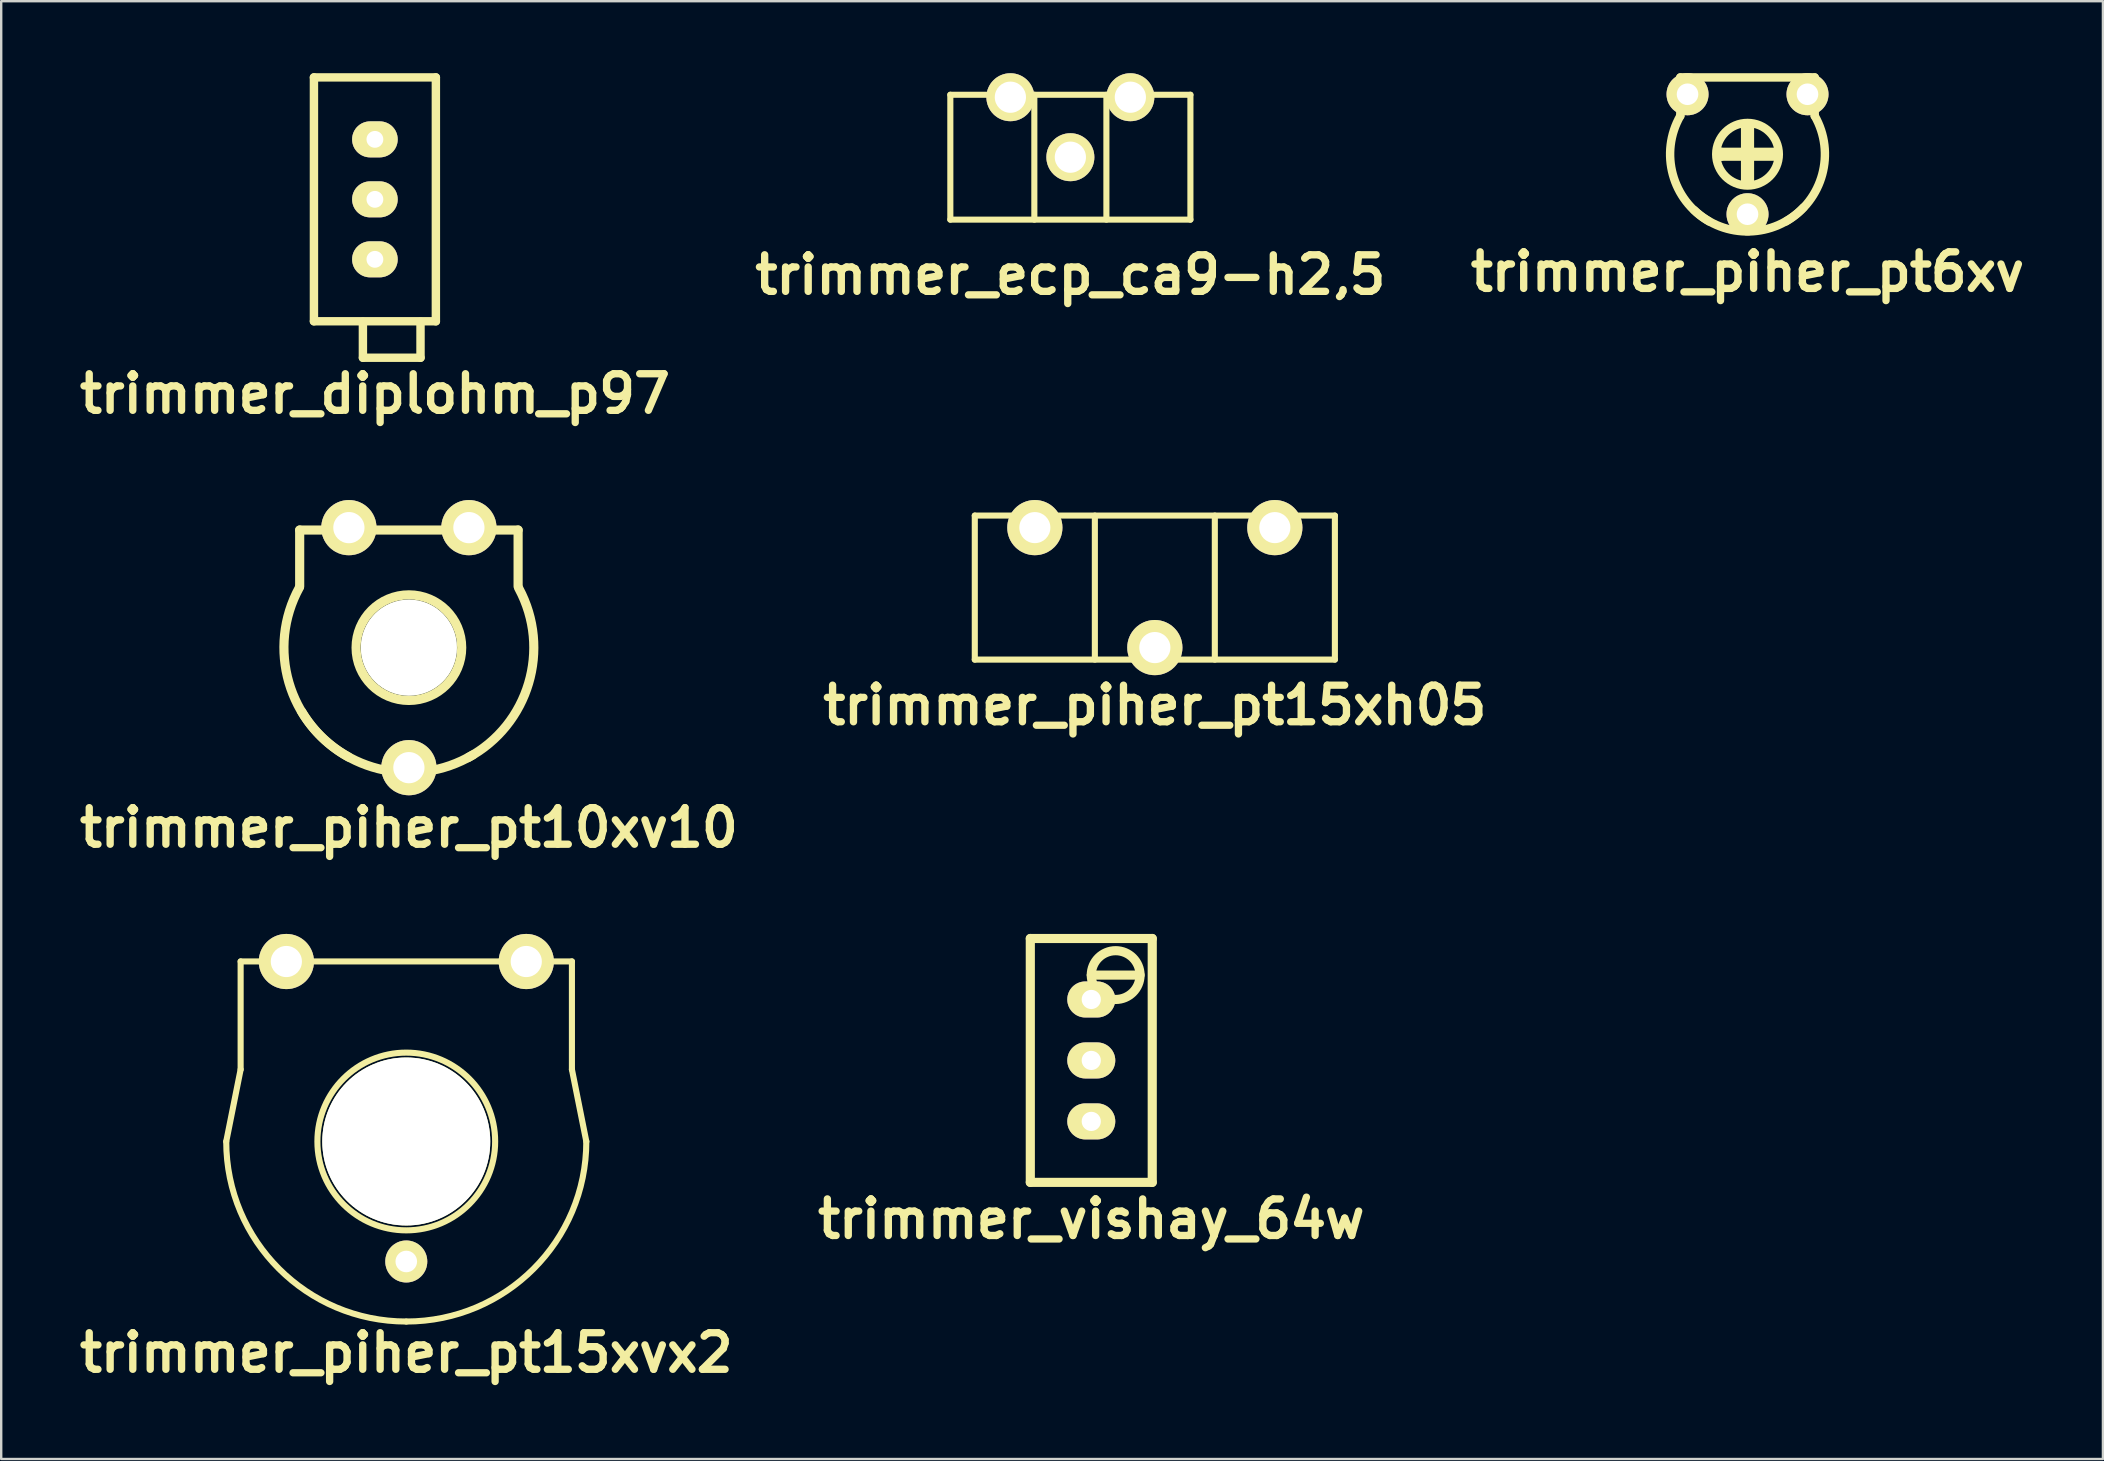
<source format=kicad_pcb>
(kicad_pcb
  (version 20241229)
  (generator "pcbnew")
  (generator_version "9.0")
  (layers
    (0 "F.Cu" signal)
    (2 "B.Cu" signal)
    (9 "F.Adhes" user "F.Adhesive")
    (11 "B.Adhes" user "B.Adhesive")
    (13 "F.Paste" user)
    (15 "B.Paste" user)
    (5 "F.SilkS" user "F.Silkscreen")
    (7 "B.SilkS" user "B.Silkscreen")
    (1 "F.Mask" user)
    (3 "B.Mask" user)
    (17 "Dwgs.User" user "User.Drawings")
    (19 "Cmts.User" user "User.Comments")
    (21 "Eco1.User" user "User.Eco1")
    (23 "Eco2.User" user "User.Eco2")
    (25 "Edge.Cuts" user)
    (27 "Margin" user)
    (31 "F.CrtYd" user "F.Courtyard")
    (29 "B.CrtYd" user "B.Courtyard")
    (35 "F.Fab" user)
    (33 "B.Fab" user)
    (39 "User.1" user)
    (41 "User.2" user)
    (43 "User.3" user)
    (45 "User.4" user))
  (footprint "trimmer_piher_pt6xv"
    (layer "F.Cu")
    (at 69.754 3.376)
    (property "Reference" "trimmer_piher_pt6xv" (at 0 4.9 0) (layer "F.SilkS") (effects (font (size 1.524 1.524) (thickness 0.305))))
    (attr through_hole)
    (fp_line (start -2.799 -3.2) (end -2.799 -1.6) (stroke (width 0.351) (type solid)) (layer "F.SilkS"))
    (fp_line (start -1.1 -0.099) (end -1.1 0.099) (stroke (width 0.351) (type solid)) (layer "F.SilkS"))
    (fp_line (start -1.1 0.099) (end 1.199 0.099) (stroke (width 0.351) (type solid)) (layer "F.SilkS"))
    (fp_line (start -0.099 -1.1) (end 0.099 -1.1) (stroke (width 0.351) (type solid)) (layer "F.SilkS"))
    (fp_line (start -0.099 1.199) (end -0.099 -1.1) (stroke (width 0.351) (type solid)) (layer "F.SilkS"))
    (fp_line (start 0.099 -1.1) (end 0.099 1.199) (stroke (width 0.351) (type solid)) (layer "F.SilkS"))
    (fp_line (start 1.199 -0.099) (end -1.1 -0.099) (stroke (width 0.351) (type solid)) (layer "F.SilkS"))
    (fp_line (start 2.799 -3.2) (end -2.799 -3.2) (stroke (width 0.351) (type solid)) (layer "F.SilkS"))
    (fp_line (start 2.799 -3.2) (end 2.799 -1.6) (stroke (width 0.351) (type solid)) (layer "F.SilkS"))
    (fp_arc (start -1.6002 2.79908) (mid -3.110761 0.847736) (end -2.79908 -1.6002) (stroke (width 0.35052) (type solid)) (layer "F.SilkS"))
    (fp_arc (start 2.32918 2.21996) (mid 0.07723 3.216728) (end -2.21996 2.32918) (stroke (width 0.35052) (type solid)) (layer "F.SilkS"))
    (fp_arc (start 2.79908 -1.6002) (mid 3.110761 0.847736) (end 1.6002 2.79908) (stroke (width 0.35052) (type solid)) (layer "F.SilkS"))
    (fp_circle (center 0 0) (end -1.3 0.099) (stroke (width 0.351) (type solid)) (fill no) (layer "F.SilkS"))
    (pad "1" thru_hole circle (at 2.499 -2.499) (size 1.75 1.75) (drill 0.899) (layers "*.Cu" "*.Mask" "F.SilkS"))
    (pad "2" thru_hole circle (at 0 2.499) (size 1.75 1.75) (drill 0.899) (layers "*.Cu" "*.Mask" "F.SilkS"))
    (pad "3" thru_hole circle (at -2.499 -2.499) (size 1.75 1.75) (drill 0.899) (layers "*.Cu" "*.Mask" "F.SilkS")))
  (footprint "trimmer_ecp_ca9-h2,5"
    (layer "F.Cu")
    (at 41.543 3.499)
    (property "Reference" "trimmer_ecp_ca9-h2,5" (at 0 4.9 0) (layer "F.SilkS") (effects (font (size 1.524 1.524) (thickness 0.305))))
    (attr through_hole)
    (fp_line (start -5.001 -2.601) (end 5.001 -2.601) (stroke (width 0.254) (type solid)) (layer "F.SilkS"))
    (fp_line (start -5.001 2.601) (end -5.001 -2.601) (stroke (width 0.254) (type solid)) (layer "F.SilkS"))
    (fp_line (start -1.501 -2.601) (end -1.501 2.601) (stroke (width 0.254) (type solid)) (layer "F.SilkS"))
    (fp_line (start 1.501 -2.601) (end 1.501 2.601) (stroke (width 0.254) (type solid)) (layer "F.SilkS"))
    (fp_line (start 5.001 -2.601) (end 5.001 2.601) (stroke (width 0.254) (type solid)) (layer "F.SilkS"))
    (fp_line (start 5.001 2.601) (end -5.001 2.601) (stroke (width 0.254) (type solid)) (layer "F.SilkS"))
    (pad "1" thru_hole circle (at 2.499 -2.499) (size 1.999 1.999) (drill 1.3) (layers "*.Cu" "*.Mask" "F.SilkS"))
    (pad "2" thru_hole circle (at 0 0) (size 1.999 1.999) (drill 1.3) (layers "*.Cu" "*.Mask" "F.SilkS"))
    (pad "3" thru_hole circle (at -2.499 -2.499) (size 1.999 1.999) (drill 1.3) (layers "*.Cu" "*.Mask" "F.SilkS")))
  (footprint "trimmer_piher_pt15xh05"
    (layer "F.Cu")
    (at 45.062 21.43)
    (property "Reference" "trimmer_piher_pt15xh05" (at 0 4.9 0) (layer "F.SilkS") (effects (font (size 1.524 1.524) (thickness 0.305))))
    (attr through_hole)
    (fp_line (start -7.501 -3) (end 7.501 -3) (stroke (width 0.254) (type solid)) (layer "F.SilkS"))
    (fp_line (start -7.501 3) (end -7.501 -3) (stroke (width 0.254) (type solid)) (layer "F.SilkS"))
    (fp_line (start -2.499 -3) (end -2.499 3) (stroke (width 0.254) (type solid)) (layer "F.SilkS"))
    (fp_line (start 2.499 3) (end 2.499 -3) (stroke (width 0.254) (type solid)) (layer "F.SilkS"))
    (fp_line (start 7.501 -3) (end 7.501 3) (stroke (width 0.254) (type solid)) (layer "F.SilkS"))
    (fp_line (start 7.501 3) (end -7.501 3) (stroke (width 0.254) (type solid)) (layer "F.SilkS"))
    (pad "1" thru_hole circle (at 4.999 -2.499) (size 2.299 2.299) (drill 1.295) (layers "*.Cu" "*.Mask" "F.SilkS"))
    (pad "2" thru_hole circle (at 0 2.499) (size 2.299 2.299) (drill 1.298) (layers "*.Cu" "*.Mask" "F.SilkS"))
    (pad "3" thru_hole circle (at -4.999 -2.499) (size 2.299 2.299) (drill 1.295) (layers "*.Cu" "*.Mask" "F.SilkS")))
  (footprint "trimmer_vishay_64w"
    (layer "F.Cu")
    (at 42.414 41.129)
    (property "Reference" "trimmer_vishay_64w" (at 0 6.604 0) (layer "F.SilkS") (effects (font (size 1.524 1.524) (thickness 0.305))))
    (attr through_hole)
    (fp_line (start -2.54 5.08) (end -2.54 -5.08) (stroke (width 0.381) (type solid)) (layer "F.SilkS"))
    (fp_line (start 0 -3.556) (end 2.032 -3.556) (stroke (width 0.381) (type solid)) (layer "F.SilkS"))
    (fp_line (start 2.54 -5.08) (end -2.54 -5.08) (stroke (width 0.381) (type solid)) (layer "F.SilkS"))
    (fp_line (start 2.54 -5.08) (end 2.54 5.08) (stroke (width 0.381) (type solid)) (layer "F.SilkS"))
    (fp_line (start 2.54 5.08) (end -2.54 5.08) (stroke (width 0.381) (type solid)) (layer "F.SilkS"))
    (fp_circle (center 1.016 -3.556) (end 2.032 -3.556) (stroke (width 0.381) (type solid)) (fill no) (layer "F.SilkS"))
    (pad "1" thru_hole oval (at 0 -2.54) (size 1.999 1.501) (drill 0.8) (layers "*.Cu" "*.Mask" "F.SilkS"))
    (pad "2" thru_hole oval (at 0 0) (size 1.999 1.501) (drill 0.8) (layers "*.Cu" "*.Mask" "F.SilkS"))
    (pad "3" thru_hole oval (at 0 2.54) (size 1.999 1.501) (drill 0.8) (layers "*.Cu" "*.Mask" "F.SilkS")))
  (footprint "trimmer_piher_pt10xv10"
    (layer "F.Cu")
    (at 13.985 23.932)
    (property "Reference" "trimmer_piher_pt10xv10" (at 0 7.5 0) (layer "F.SilkS") (effects (font (size 1.524 1.524) (thickness 0.305))))
    (attr through_hole)
    (fp_line (start -4.55 -4.9) (end -4.55 -2.55) (stroke (width 0.381) (type solid)) (layer "F.SilkS"))
    (fp_line (start 4.55 -4.9) (end -4.55 -4.9) (stroke (width 0.381) (type solid)) (layer "F.SilkS"))
    (fp_line (start 4.55 -2.55) (end 4.55 -4.9) (stroke (width 0.381) (type solid)) (layer "F.SilkS"))
    (fp_arc (start -2.51 4.56) (mid -4.999245 1.449569) (end -4.56 -2.51) (stroke (width 0.381) (type solid)) (layer "F.SilkS"))
    (fp_arc (start 2.66 4.47) (mid -1.279863 5.041671) (end -4.47 2.66) (stroke (width 0.381) (type solid)) (layer "F.SilkS"))
    (fp_arc (start 4.58 -2.47) (mid 4.985103 1.491995) (end 2.47 4.58) (stroke (width 0.381) (type solid)) (layer "F.SilkS"))
    (fp_circle (center 0 0) (end 2.2 0) (stroke (width 0.381) (type solid)) (fill no) (layer "F.SilkS"))
    (pad "" np_thru_hole circle (at 0 0) (size 4 4) (drill 4) (layers "*.Cu" "*.Mask" "F.SilkS"))
    (pad "1" thru_hole circle (at 2.5 -5) (size 2.3 2.3) (drill 1.3) (layers "*.Cu" "*.Mask" "F.SilkS"))
    (pad "2" thru_hole circle (at 0 5) (size 2.3 2.3) (drill 1.3) (layers "*.Cu" "*.Mask" "F.SilkS"))
    (pad "3" thru_hole circle (at -2.5 -5) (size 2.3 2.3) (drill 1.3) (layers "*.Cu" "*.Mask" "F.SilkS")))
  (footprint "trimmer_diplohm_p97"
    (layer "F.Cu")
    (at 12.569 5.255)
    (property "Reference" "trimmer_diplohm_p97" (at 0 8.1 0) (layer "F.SilkS") (effects (font (size 1.524 1.524) (thickness 0.305))))
    (attr through_hole)
    (fp_line (start -2.54 5.08) (end -2.54 -5.08) (stroke (width 0.351) (type solid)) (layer "F.SilkS"))
    (fp_line (start -0.5 5.1) (end -0.5 6.599) (stroke (width 0.351) (type solid)) (layer "F.SilkS"))
    (fp_line (start -0.498 6.599) (end 1.9 6.599) (stroke (width 0.351) (type solid)) (layer "F.SilkS"))
    (fp_line (start 1.9 6.599) (end 1.9 5.1) (stroke (width 0.351) (type solid)) (layer "F.SilkS"))
    (fp_line (start 2.54 -5.08) (end -2.54 -5.08) (stroke (width 0.351) (type solid)) (layer "F.SilkS"))
    (fp_line (start 2.54 -5.08) (end 2.54 5.08) (stroke (width 0.351) (type solid)) (layer "F.SilkS"))
    (fp_line (start 2.54 5.08) (end -2.54 5.08) (stroke (width 0.351) (type solid)) (layer "F.SilkS"))
    (pad "1" thru_hole oval (at 0 -2.499) (size 1.9 1.501) (drill 0.701) (layers "*.Cu" "*.Mask" "F.SilkS"))
    (pad "2" thru_hole oval (at 0 0) (size 1.9 1.501) (drill 0.701) (layers "*.Cu" "*.Mask" "F.SilkS"))
    (pad "3" thru_hole oval (at 0 2.499) (size 1.9 1.501) (drill 0.701) (layers "*.Cu" "*.Mask" "F.SilkS")))
  (footprint "trimmer_piher_pt15xvx2"
    (layer "F.Cu")
    (at 13.876 44.506)
    (property "Reference" "trimmer_piher_pt15xvx2" (at 0 8.801 0) (layer "F.SilkS") (effects (font (size 1.524 1.524) (thickness 0.305))))
    (attr through_hole)
    (fp_line (start -7.501 0) (end -6.901 -3) (stroke (width 0.254) (type solid)) (layer "F.SilkS"))
    (fp_line (start -6.901 -7.501) (end 6.901 -7.501) (stroke (width 0.254) (type solid)) (layer "F.SilkS"))
    (fp_line (start -6.901 -3) (end -6.901 -7.501) (stroke (width 0.254) (type solid)) (layer "F.SilkS"))
    (fp_line (start 6.901 -7.501) (end 6.901 -3) (stroke (width 0.254) (type solid)) (layer "F.SilkS"))
    (fp_line (start 7.501 0) (end 6.901 -3) (stroke (width 0.254) (type solid)) (layer "F.SilkS"))
    (fp_arc (start 0 7.50062) (mid -5.303739 5.303739) (end -7.50062 0) (stroke (width 0.254) (type solid)) (layer "F.SilkS"))
    (fp_arc (start 7.50062 0) (mid 5.303739 5.303739) (end 0 7.50062) (stroke (width 0.254) (type solid)) (layer "F.SilkS"))
    (fp_circle (center 0 0) (end -3.701 -0.099) (stroke (width 0.254) (type solid)) (fill no) (layer "F.SilkS"))
    (pad "" np_thru_hole circle (at 0 0) (size 6.998 6.998) (drill 6.998) (layers "*.Cu" "*.Mask" "F.SilkS"))
    (pad "1" thru_hole circle (at 4.999 -7.498) (size 2.299 2.299) (drill 1.298) (layers "*.Cu" "*.Mask" "F.SilkS"))
    (pad "2" thru_hole circle (at 0 4.999) (size 1.75 1.75) (drill 0.899) (layers "*.Cu" "*.Mask" "F.SilkS"))
    (pad "3" thru_hole circle (at -4.996 -7.498) (size 2.299 2.299) (drill 1.298) (layers "*.Cu" "*.Mask" "F.SilkS")))
  (gr_rect
    (start -3 -3)
    (end 84.561 57.733)
    (stroke (width 0.1) (type default))
    (fill no)
    (layer "Edge.Cuts")))
</source>
